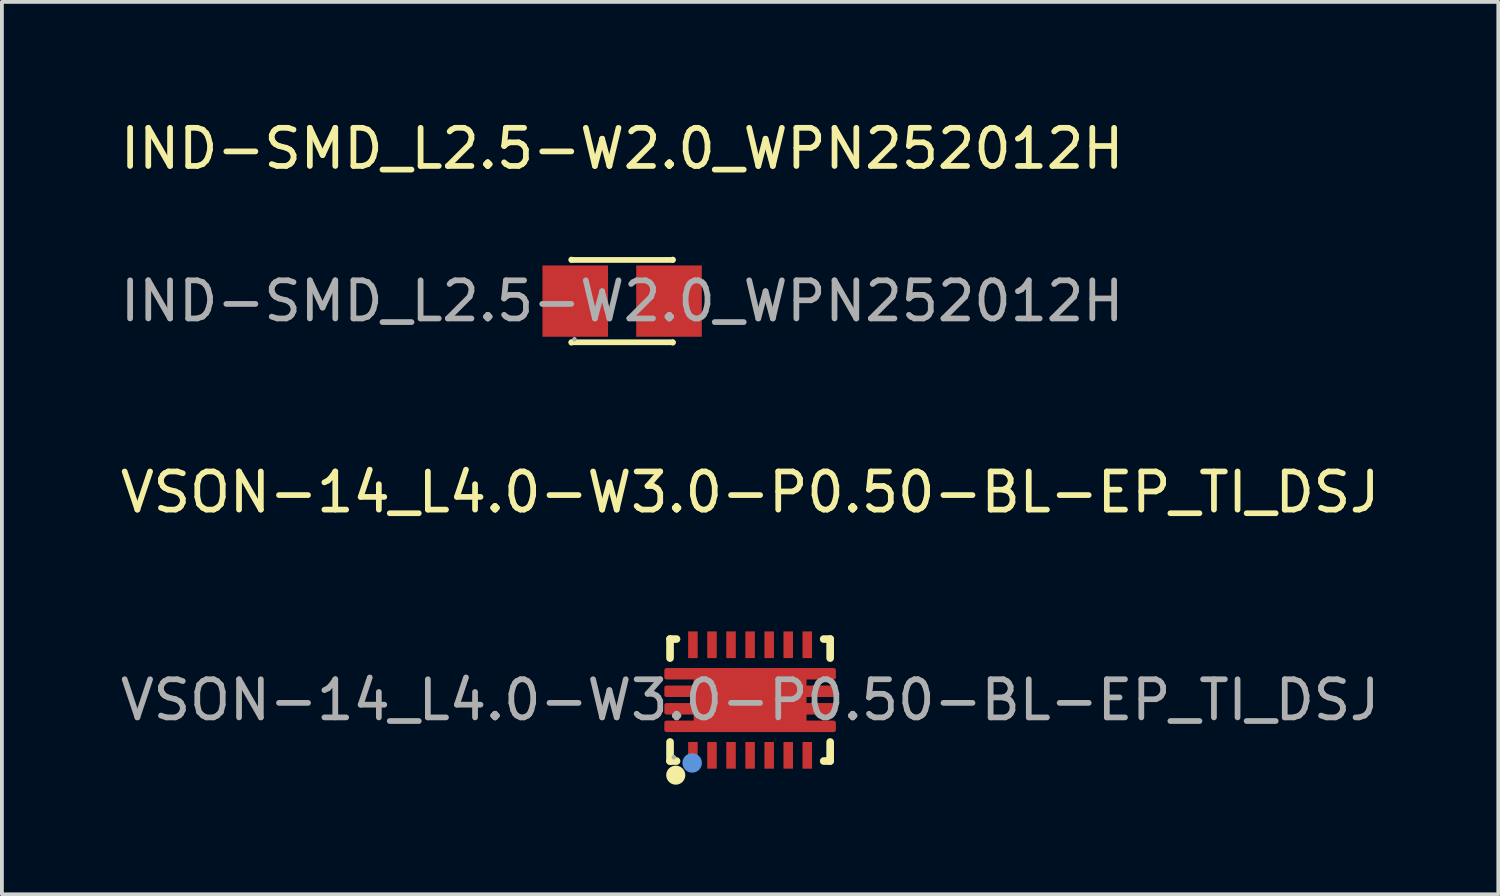
<source format=kicad_pcb>
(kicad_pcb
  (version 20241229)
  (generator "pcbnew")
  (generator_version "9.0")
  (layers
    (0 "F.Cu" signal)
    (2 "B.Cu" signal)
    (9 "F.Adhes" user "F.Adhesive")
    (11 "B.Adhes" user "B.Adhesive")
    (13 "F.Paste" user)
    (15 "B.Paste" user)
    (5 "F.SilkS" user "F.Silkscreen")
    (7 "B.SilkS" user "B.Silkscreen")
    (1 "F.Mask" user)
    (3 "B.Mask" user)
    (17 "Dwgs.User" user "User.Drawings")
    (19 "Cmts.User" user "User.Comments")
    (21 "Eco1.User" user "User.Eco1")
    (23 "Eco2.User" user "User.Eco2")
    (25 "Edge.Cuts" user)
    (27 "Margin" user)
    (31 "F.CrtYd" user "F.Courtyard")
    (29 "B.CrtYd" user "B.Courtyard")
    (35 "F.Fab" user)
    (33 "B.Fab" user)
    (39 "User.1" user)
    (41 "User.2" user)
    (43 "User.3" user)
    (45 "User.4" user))
  (footprint "VSON-14_L4.0-W3.0-P0.50-BL-EP_TI_DSJ"
    (layer "F.Cu")
    (at 16.625 15.312)
    (property "Reference" "VSON-14_L4.0-W3.0-P0.50-BL-EP_TI_DSJ" (at 0 -5.45 0) (layer "F.SilkS") (effects (font (size 1 1) (thickness 0.15))))
    (attr smd)
    (fp_line (start -2.1 -1.6) (end -1.93 -1.6) (stroke (width 0.2) (type solid)) (layer "F.SilkS"))
    (fp_line (start -2.1 -1.1) (end -2.1 -1.6) (stroke (width 0.2) (type solid)) (layer "F.SilkS"))
    (fp_line (start -2.1 1.6) (end -2.1 1.1) (stroke (width 0.2) (type solid)) (layer "F.SilkS"))
    (fp_line (start -1.93 1.6) (end -2.1 1.6) (stroke (width 0.2) (type solid)) (layer "F.SilkS"))
    (fp_line (start 2.1 -1.6) (end 1.93 -1.6) (stroke (width 0.2) (type solid)) (layer "F.SilkS"))
    (fp_line (start 2.1 -1.1) (end 2.1 -1.6) (stroke (width 0.2) (type solid)) (layer "F.SilkS"))
    (fp_line (start 2.1 1.1) (end 2.1 1.6) (stroke (width 0.2) (type solid)) (layer "F.SilkS"))
    (fp_line (start 2.1 1.6) (end 1.93 1.6) (stroke (width 0.2) (type solid)) (layer "F.SilkS"))
    (fp_arc (start -1.95 1.97) (mid -1.95 1.97) (end -1.95 1.97) (stroke (width 0.25) (type solid)) (layer "F.SilkS"))
    (fp_circle (center -1.52 1.65) (end -1.39 1.65) (stroke (width 0.25) (type solid)) (fill no) (layer "Cmts.User"))
    (fp_circle (center -2 1.5) (end -1.97 1.5) (stroke (width 0.06) (type solid)) (fill no) (layer "F.Fab"))
    (fp_text user "${REFERENCE}" (at 0 0 0) (layer "F.Fab") (effects (font (size 1 1) (thickness 0.15))))
    (pad "1" smd rect (at -1.5 1.45) (size 0.25 0.7) (layers "F.Cu" "F.Mask" "F.Paste"))
    (pad "2" smd rect (at -1 1.45) (size 0.25 0.7) (layers "F.Cu" "F.Mask" "F.Paste"))
    (pad "3" smd rect (at -0.5 1.45) (size 0.25 0.7) (layers "F.Cu" "F.Mask" "F.Paste"))
    (pad "4" smd rect (at 0 1.45) (size 0.25 0.7) (layers "F.Cu" "F.Mask" "F.Paste"))
    (pad "5" smd rect (at 0.5 1.45) (size 0.25 0.7) (layers "F.Cu" "F.Mask" "F.Paste"))
    (pad "6" smd rect (at 1 1.45) (size 0.25 0.7) (layers "F.Cu" "F.Mask" "F.Paste"))
    (pad "7" smd rect (at 1.5 1.45) (size 0.25 0.7) (layers "F.Cu" "F.Mask" "F.Paste"))
    (pad "8" smd rect (at 1.5 -1.45) (size 0.25 0.7) (layers "F.Cu" "F.Mask" "F.Paste"))
    (pad "9" smd rect (at 1 -1.45) (size 0.25 0.7) (layers "F.Cu" "F.Mask" "F.Paste"))
    (pad "10" smd rect (at 0.5 -1.45 180) (size 0.25 0.7) (layers "F.Cu" "F.Mask" "F.Paste"))
    (pad "11" smd rect (at 0 -1.45 180) (size 0.25 0.7) (layers "F.Cu" "F.Mask" "F.Paste"))
    (pad "12" smd rect (at -0.5 -1.45 180) (size 0.25 0.7) (layers "F.Cu" "F.Mask" "F.Paste"))
    (pad "13" smd rect (at -1 -1.45 180) (size 0.25 0.7) (layers "F.Cu" "F.Mask" "F.Paste"))
    (pad "14" smd rect (at -1.5 -1.45 180) (size 0.25 0.7) (layers "F.Cu" "F.Mask" "F.Paste"))
    (pad "15" smd custom (at 0 0) (size 1 1) (layers "F.Cu" "F.Mask" "F.Paste") (options (anchor circle)) (primitives (gr_poly (pts (xy -2.2 -0.79) (xy -2.2 -0.59) (xy -1.43 -0.59) (xy -1.43 -0.33) (xy -2.2 -0.33) (xy -2.2 -0.13) (xy -1.43 -0.13) (xy -1.43 0.13) (xy -2.2 0.13) (xy -2.2 0.33) (xy -1.43 0.33) (xy -1.43 0.59) (xy -2.2 0.59) (xy -2.2 0.79) (xy 2.2 0.79) (xy 2.2 0.59) (xy 1.43 0.59) (xy 1.43 0.33) (xy 2.2 0.33) (xy 2.2 0.13) (xy 1.43 0.13) (xy 1.43 -0.13) (xy 2.2 -0.13) (xy 2.2 -0.33) (xy 1.43 -0.33) (xy 1.43 -0.59) (xy 2.2 -0.59) (xy 2.2 -0.79) (xy -2.2 -0.79)) (width 0.1) (fill yes)))))
  (footprint "IND-SMD_L2.5-W2.0_WPN252012H"
    (layer "F.Cu")
    (at 13.268 4.848)
    (property "Reference" "IND-SMD_L2.5-W2.0_WPN252012H" (at 0 -4 0) (layer "F.SilkS") (effects (font (size 1 1) (thickness 0.15))))
    (attr smd)
    (fp_line (start -1.33 -1.09) (end -1.33 -1.08) (stroke (width 0.15) (type solid)) (layer "F.SilkS"))
    (fp_line (start -1.33 -1.08) (end 1.33 -1.08) (stroke (width 0.15) (type solid)) (layer "F.SilkS"))
    (fp_line (start -1.33 1.08) (end 1.33 1.08) (stroke (width 0.15) (type solid)) (layer "F.SilkS"))
    (fp_line (start -1.33 1.09) (end -1.33 1.08) (stroke (width 0.15) (type solid)) (layer "F.SilkS"))
    (fp_line (start 1.33 -1.08) (end 1.33 -1.09) (stroke (width 0.15) (type solid)) (layer "F.SilkS"))
    (fp_line (start 1.33 1.08) (end 1.33 1.09) (stroke (width 0.15) (type solid)) (layer "F.SilkS"))
    (fp_circle (center -1.25 1) (end -1.22 1) (stroke (width 0.06) (type solid)) (fill no) (layer "F.Fab"))
    (fp_text user "${REFERENCE}" (at 0 0 0) (layer "F.Fab") (effects (font (size 1 1) (thickness 0.15))))
    (pad "1" smd rect (at 1.23 0) (size 1.72 1.87) (layers "F.Cu" "F.Mask" "F.Paste"))
    (pad "2" smd rect (at -1.23 0) (size 1.72 1.87) (layers "F.Cu" "F.Mask" "F.Paste")))
  (gr_rect
    (start -3 -3)
    (end 36.25 20.407)
    (stroke (width 0.1) (type default))
    (fill no)
    (layer "Edge.Cuts")))
</source>
